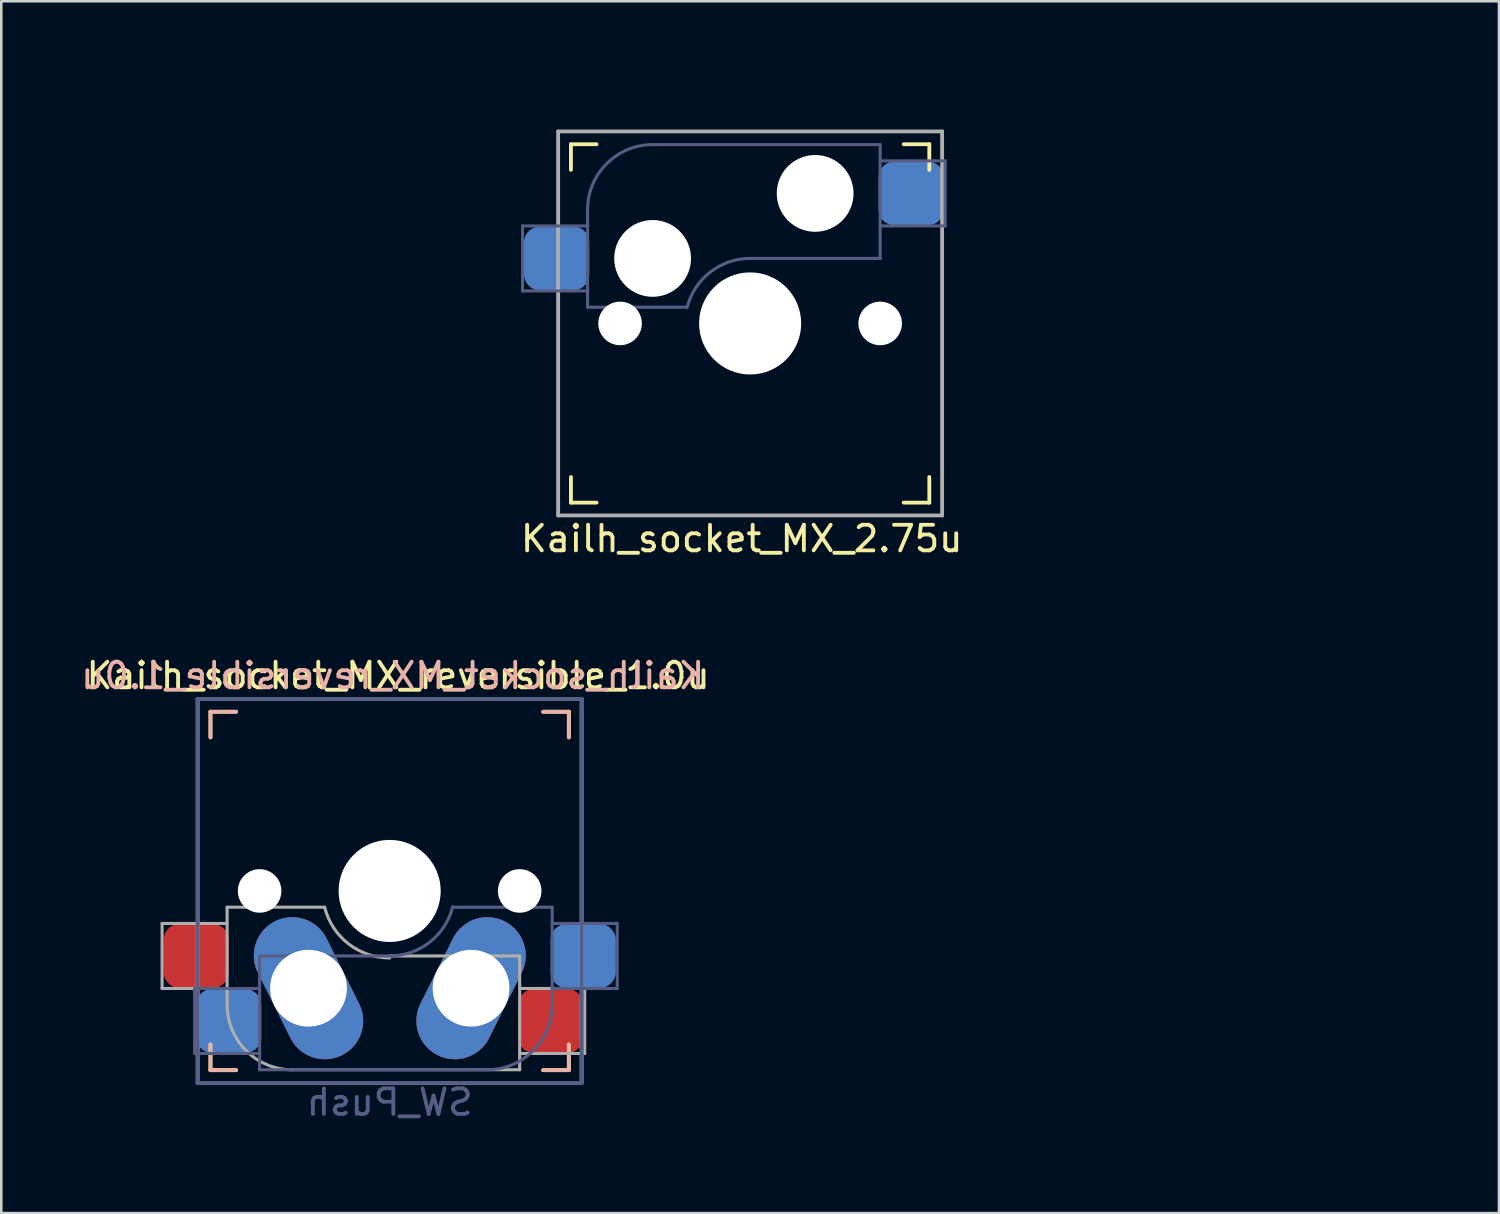
<source format=kicad_pcb>
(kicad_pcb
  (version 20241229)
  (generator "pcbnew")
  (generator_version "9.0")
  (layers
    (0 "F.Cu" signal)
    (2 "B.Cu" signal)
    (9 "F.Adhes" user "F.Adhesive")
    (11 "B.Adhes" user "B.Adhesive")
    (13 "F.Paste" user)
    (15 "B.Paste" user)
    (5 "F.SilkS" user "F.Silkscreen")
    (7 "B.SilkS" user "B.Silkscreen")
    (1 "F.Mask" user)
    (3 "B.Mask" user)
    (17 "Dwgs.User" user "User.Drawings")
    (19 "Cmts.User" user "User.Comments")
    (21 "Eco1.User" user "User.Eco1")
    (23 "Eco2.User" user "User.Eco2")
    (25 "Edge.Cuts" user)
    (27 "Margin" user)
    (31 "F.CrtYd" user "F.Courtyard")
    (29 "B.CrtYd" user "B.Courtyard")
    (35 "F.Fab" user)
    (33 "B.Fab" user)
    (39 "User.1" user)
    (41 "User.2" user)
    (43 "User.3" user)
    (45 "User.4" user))
  (footprint "Kailh_socket_MX_reversible_1.0u"
    (layer "F.Cu")
    (at 12.172 31.755)
    (property "Reference" "Kailh_socket_MX_reversible_1.0u" (at 0.33 -8.41 0) (layer "F.SilkS") (effects (font (size 1 1) (thickness 0.15))))
    (property "Value" "SW_Push" (at 0 8.255 0) (layer "F.Fab") (hide yes) (effects (font (size 1 1) (thickness 0.15))))
    (attr through_hole)
    (fp_line (start -7 -7) (end -6 -7) (stroke (width 0.15) (type solid)) (layer "F.SilkS"))
    (fp_line (start -7 -6) (end -7 -7) (stroke (width 0.15) (type solid)) (layer "F.SilkS"))
    (fp_line (start -7 7) (end -7 6) (stroke (width 0.15) (type solid)) (layer "F.SilkS"))
    (fp_line (start -6 7) (end -7 7) (stroke (width 0.15) (type solid)) (layer "F.SilkS"))
    (fp_line (start 6 -7) (end 7 -7) (stroke (width 0.15) (type solid)) (layer "F.SilkS"))
    (fp_line (start 7 -7) (end 7 -6) (stroke (width 0.15) (type solid)) (layer "F.SilkS"))
    (fp_line (start 7 6) (end 7 7) (stroke (width 0.15) (type solid)) (layer "F.SilkS"))
    (fp_line (start 7 7) (end 6 7) (stroke (width 0.15) (type solid)) (layer "F.SilkS"))
    (fp_line (start -7 -7) (end -6 -7) (stroke (width 0.15) (type solid)) (layer "B.SilkS"))
    (fp_line (start -7 -6) (end -7 -7) (stroke (width 0.15) (type solid)) (layer "B.SilkS"))
    (fp_line (start -7 7) (end -7 6) (stroke (width 0.15) (type solid)) (layer "B.SilkS"))
    (fp_line (start -6 7) (end -7 7) (stroke (width 0.15) (type solid)) (layer "B.SilkS"))
    (fp_line (start 6 -7) (end 7 -7) (stroke (width 0.15) (type solid)) (layer "B.SilkS"))
    (fp_line (start 7 -7) (end 7 -6) (stroke (width 0.15) (type solid)) (layer "B.SilkS"))
    (fp_line (start 7 6) (end 7 7) (stroke (width 0.15) (type solid)) (layer "B.SilkS"))
    (fp_line (start 7 7) (end 6 7) (stroke (width 0.15) (type solid)) (layer "B.SilkS"))
    (fp_line (start -7 -7) (end -7 7) (stroke (width 0.1) (type solid)) (layer "Eco1.User"))
    (fp_line (start -7 -7) (end 7 -7) (stroke (width 0.1) (type solid)) (layer "Eco1.User"))
    (fp_line (start -7 7) (end 7 7) (stroke (width 0.1) (type solid)) (layer "Eco1.User"))
    (fp_line (start 7 -7) (end 7 7) (stroke (width 0.1) (type solid)) (layer "Eco1.User"))
    (fp_line (start -9.525 -9.525) (end 9.525 -9.525) (stroke (width 0.12) (type solid)) (layer "Eco2.User"))
    (fp_line (start -9.525 9.525) (end -9.525 -9.525) (stroke (width 0.12) (type solid)) (layer "Eco2.User"))
    (fp_line (start -0.8 -5.85) (end 0.8 -5.85) (stroke (width 0.12) (type solid)) (layer "Eco2.User"))
    (fp_line (start -0.8 -4.25) (end -0.8 -5.85) (stroke (width 0.12) (type solid)) (layer "Eco2.User"))
    (fp_line (start 0.8 -5.85) (end 0.8 -4.25) (stroke (width 0.12) (type solid)) (layer "Eco2.User"))
    (fp_line (start 0.8 -4.25) (end -0.8 -4.25) (stroke (width 0.12) (type solid)) (layer "Eco2.User"))
    (fp_line (start 9.525 -9.525) (end 9.525 9.525) (stroke (width 0.12) (type solid)) (layer "Eco2.User"))
    (fp_line (start 9.525 9.525) (end -9.525 9.525) (stroke (width 0.12) (type solid)) (layer "Eco2.User"))
    (fp_line (start -7.62 3.81) (end -7.62 6.35) (stroke (width 0.12) (type solid)) (layer "B.Fab"))
    (fp_line (start -7.62 6.35) (end -5.08 6.35) (stroke (width 0.12) (type solid)) (layer "B.Fab"))
    (fp_line (start -7.5 -7.5) (end 7.5 -7.5) (stroke (width 0.15) (type solid)) (layer "B.Fab"))
    (fp_line (start -7.5 7.5) (end -7.5 -7.5) (stroke (width 0.15) (type solid)) (layer "B.Fab"))
    (fp_line (start -5.08 2.54) (end -5.08 6.985) (stroke (width 0.12) (type solid)) (layer "B.Fab"))
    (fp_line (start -5.08 3.81) (end -7.62 3.81) (stroke (width 0.12) (type solid)) (layer "B.Fab"))
    (fp_line (start -5.08 6.985) (end 3.81 6.985) (stroke (width 0.12) (type solid)) (layer "B.Fab"))
    (fp_line (start 0 2.54) (end -5.08 2.54) (stroke (width 0.12) (type solid)) (layer "B.Fab"))
    (fp_line (start 6.35 0.635) (end 2.54 0.635) (stroke (width 0.12) (type solid)) (layer "B.Fab"))
    (fp_line (start 6.35 3.81) (end 8.89 3.81) (stroke (width 0.12) (type solid)) (layer "B.Fab"))
    (fp_line (start 6.35 4.445) (end 6.35 0.635) (stroke (width 0.12) (type solid)) (layer "B.Fab"))
    (fp_line (start 7.5 -7.5) (end 7.5 7.5) (stroke (width 0.15) (type solid)) (layer "B.Fab"))
    (fp_line (start 7.5 7.5) (end -7.5 7.5) (stroke (width 0.15) (type solid)) (layer "B.Fab"))
    (fp_line (start 8.89 1.27) (end 6.35 1.27) (stroke (width 0.12) (type solid)) (layer "B.Fab"))
    (fp_line (start 8.89 3.81) (end 8.89 1.27) (stroke (width 0.12) (type solid)) (layer "B.Fab"))
    (fp_arc (start 2.464162 0.61604) (mid 1.563147 2.002042) (end 0 2.54) (stroke (width 0.12) (type solid)) (layer "B.Fab"))
    (fp_arc (start 6.35 4.445) (mid 5.606051 6.241051) (end 3.81 6.985) (stroke (width 0.12) (type solid)) (layer "B.Fab"))
    (fp_line (start -8.89 1.27) (end -8.89 3.81) (stroke (width 0.12) (type solid)) (layer "F.Fab"))
    (fp_line (start -8.89 3.81) (end -6.35 3.81) (stroke (width 0.12) (type solid)) (layer "F.Fab"))
    (fp_line (start -7.5 -7.5) (end 7.5 -7.5) (stroke (width 0.15) (type solid)) (layer "F.Fab"))
    (fp_line (start -7.5 7.5) (end -7.5 -7.5) (stroke (width 0.15) (type solid)) (layer "F.Fab"))
    (fp_line (start -6.35 0.635) (end -6.35 4.445) (stroke (width 0.12) (type solid)) (layer "F.Fab"))
    (fp_line (start -6.35 1.27) (end -8.89 1.27) (stroke (width 0.12) (type solid)) (layer "F.Fab"))
    (fp_line (start -3.81 6.985) (end 5.08 6.985) (stroke (width 0.12) (type solid)) (layer "F.Fab"))
    (fp_line (start -2.54 0.635) (end -6.35 0.635) (stroke (width 0.12) (type solid)) (layer "F.Fab"))
    (fp_line (start 5.08 2.54) (end 0 2.54) (stroke (width 0.12) (type solid)) (layer "F.Fab"))
    (fp_line (start 5.08 6.35) (end 7.62 6.35) (stroke (width 0.12) (type solid)) (layer "F.Fab"))
    (fp_line (start 5.08 6.985) (end 5.08 2.54) (stroke (width 0.12) (type solid)) (layer "F.Fab"))
    (fp_line (start 7.5 -7.5) (end 7.5 7.5) (stroke (width 0.15) (type solid)) (layer "F.Fab"))
    (fp_line (start 7.5 7.5) (end -7.5 7.5) (stroke (width 0.15) (type solid)) (layer "F.Fab"))
    (fp_line (start 7.62 3.81) (end 5.08 3.81) (stroke (width 0.12) (type solid)) (layer "F.Fab"))
    (fp_line (start 7.62 6.35) (end 7.62 3.81) (stroke (width 0.12) (type solid)) (layer "F.Fab"))
    (fp_arc (start -3.81 6.985) (mid -5.606051 6.241051) (end -6.35 4.445) (stroke (width 0.12) (type solid)) (layer "F.Fab"))
    (fp_arc (start -0.000001 2.618171) (mid -1.611255 2.063656) (end -2.539999 0.634999) (stroke (width 0.12) (type solid)) (layer "F.Fab"))
    (fp_text user "${REFERENCE}" (at 0.12 -8.41 180) (layer "B.SilkS") (effects (font (size 1 1) (thickness 0.15)) (justify mirror)))
    (fp_text user "${VALUE}" (at 0 8.255 0) (layer "B.Fab") (effects (font (size 1 1) (thickness 0.15)) (justify mirror)))
    (pad "" np_thru_hole circle (at -5.08 0) (size 1.702 1.702) (drill 1.702) (layers "*.Cu" "*.Mask"))
    (pad "" np_thru_hole oval (at -3.17 3.8 26.5) (size 3 5.85) (drill oval 3) (layers "*.Cu" "*.Mask"))
    (pad "" np_thru_hole circle (at 0 0) (size 3.988 3.988) (drill 3.988) (layers "*.Cu" "*.Mask"))
    (pad "" np_thru_hole oval (at 3.18 3.8 333.5) (size 3 5.85) (drill oval 3) (layers "*.Cu" "*.Mask"))
    (pad "" np_thru_hole circle (at 5.08 0) (size 1.702 1.702) (drill 1.702) (layers "*.Cu" "*.Mask"))
    (pad "1" smd roundrect (at -6.29 5.08) (size 2.55 2.5) (layers "B.Cu" "B.Mask" "B.Paste") (roundrect_rratio 0.25))
    (pad "1" smd roundrect (at 6.29 5.08) (size 2.55 2.5) (layers "F.Cu" "F.Mask" "F.Paste") (roundrect_rratio 0.25))
    (pad "2" smd roundrect (at -7.56 2.54) (size 2.55 2.5) (layers "F.Cu" "F.Mask" "F.Paste") (roundrect_rratio 0.25))
    (pad "2" smd roundrect (at 7.56 2.54) (size 2.55 2.5) (layers "B.Cu" "B.Mask" "B.Paste") (roundrect_rratio 0.25)))
  (footprint "Kailh_socket_MX_2.75u"
    (layer "F.Cu")
    (at 26.254 9.585)
    (property "Reference" "Kailh_socket_MX_2.75u" (at -0.33 8.41 180) (layer "F.SilkS") (effects (font (size 1 1) (thickness 0.15))))
    (attr through_hole)
    (fp_line (start -7 -7) (end -6 -7) (stroke (width 0.15) (type solid)) (layer "F.SilkS"))
    (fp_line (start -7 -6) (end -7 -7) (stroke (width 0.15) (type solid)) (layer "F.SilkS"))
    (fp_line (start -7 7) (end -7 6) (stroke (width 0.15) (type solid)) (layer "F.SilkS"))
    (fp_line (start -6 7) (end -7 7) (stroke (width 0.15) (type solid)) (layer "F.SilkS"))
    (fp_line (start 6 -7) (end 7 -7) (stroke (width 0.15) (type solid)) (layer "F.SilkS"))
    (fp_line (start 7 -7) (end 7 -6) (stroke (width 0.15) (type solid)) (layer "F.SilkS"))
    (fp_line (start 7 6) (end 7 7) (stroke (width 0.15) (type solid)) (layer "F.SilkS"))
    (fp_line (start 7 7) (end 6 7) (stroke (width 0.15) (type solid)) (layer "F.SilkS"))
    (fp_line (start -16.1 -0.458) (end -15.275 -0.458) (stroke (width 0.1) (type solid)) (layer "Eco1.User"))
    (fp_line (start -16.1 2.3) (end -16.1 -0.458) (stroke (width 0.1) (type solid)) (layer "Eco1.User"))
    (fp_line (start -15.275 -6.77) (end -13.55 -6.77) (stroke (width 0.1) (type solid)) (layer "Eco1.User"))
    (fp_line (start -15.275 -0.458) (end -15.275 -6.77) (stroke (width 0.1) (type solid)) (layer "Eco1.User"))
    (fp_line (start -15.275 2.3) (end -16.1 2.3) (stroke (width 0.1) (type solid)) (layer "Eco1.User"))
    (fp_line (start -15.275 5.53) (end -15.275 2.3) (stroke (width 0.1) (type solid)) (layer "Eco1.User"))
    (fp_line (start -13.55 -7.97) (end -13.55 -6.77) (stroke (width 0.1) (type solid)) (layer "Eco1.User"))
    (fp_line (start -10.25 -7.97) (end -13.55 -7.97) (stroke (width 0.1) (type solid)) (layer "Eco1.User"))
    (fp_line (start -10.25 -7.97) (end -10.25 -6.77) (stroke (width 0.1) (type solid)) (layer "Eco1.User"))
    (fp_line (start -10.25 -6.77) (end -8.525 -6.77) (stroke (width 0.1) (type solid)) (layer "Eco1.User"))
    (fp_line (start -8.525 -6.77) (end -8.525 -2.3) (stroke (width 0.1) (type solid)) (layer "Eco1.User"))
    (fp_line (start -8.525 2.3) (end -8.525 5.53) (stroke (width 0.1) (type solid)) (layer "Eco1.User"))
    (fp_line (start -8.525 5.53) (end -15.275 5.53) (stroke (width 0.1) (type solid)) (layer "Eco1.User"))
    (fp_line (start -7 -7) (end 7 -7) (stroke (width 0.1) (type solid)) (layer "Eco1.User"))
    (fp_line (start -7 -2.3) (end -8.525 -2.3) (stroke (width 0.1) (type solid)) (layer "Eco1.User"))
    (fp_line (start -7 -2.3) (end -7 -7) (stroke (width 0.1) (type solid)) (layer "Eco1.User"))
    (fp_line (start -7 2.3) (end -8.525 2.3) (stroke (width 0.1) (type solid)) (layer "Eco1.User"))
    (fp_line (start -7 2.3) (end -7 7) (stroke (width 0.1) (type solid)) (layer "Eco1.User"))
    (fp_line (start -7 7) (end 7 7) (stroke (width 0.1) (type solid)) (layer "Eco1.User"))
    (fp_line (start 7 -7) (end 7 -2.3) (stroke (width 0.1) (type solid)) (layer "Eco1.User"))
    (fp_line (start 7 -2.3) (end 8.525 -2.3) (stroke (width 0.1) (type solid)) (layer "Eco1.User"))
    (fp_line (start 7 2.3) (end 7 7) (stroke (width 0.1) (type solid)) (layer "Eco1.User"))
    (fp_line (start 7 2.3) (end 8.525 2.3) (stroke (width 0.1) (type solid)) (layer "Eco1.User"))
    (fp_line (start 8.525 -6.77) (end 8.525 -2.3) (stroke (width 0.1) (type solid)) (layer "Eco1.User"))
    (fp_line (start 8.525 2.3) (end 8.525 5.53) (stroke (width 0.1) (type solid)) (layer "Eco1.User"))
    (fp_line (start 8.525 5.53) (end 15.275 5.53) (stroke (width 0.1) (type solid)) (layer "Eco1.User"))
    (fp_line (start 10.25 -7.97) (end 10.25 -6.77) (stroke (width 0.1) (type solid)) (layer "Eco1.User"))
    (fp_line (start 10.25 -7.97) (end 13.55 -7.97) (stroke (width 0.1) (type solid)) (layer "Eco1.User"))
    (fp_line (start 10.25 -6.77) (end 8.525 -6.77) (stroke (width 0.1) (type solid)) (layer "Eco1.User"))
    (fp_line (start 13.55 -7.97) (end 13.55 -6.77) (stroke (width 0.1) (type solid)) (layer "Eco1.User"))
    (fp_line (start 15.275 -6.77) (end 13.55 -6.77) (stroke (width 0.1) (type solid)) (layer "Eco1.User"))
    (fp_line (start 15.275 -0.458) (end 15.275 -6.77) (stroke (width 0.1) (type solid)) (layer "Eco1.User"))
    (fp_line (start 15.275 2.3) (end 16.1 2.3) (stroke (width 0.1) (type solid)) (layer "Eco1.User"))
    (fp_line (start 15.275 5.53) (end 15.275 2.3) (stroke (width 0.1) (type solid)) (layer "Eco1.User"))
    (fp_line (start 16.1 -0.458) (end 15.275 -0.458) (stroke (width 0.1) (type solid)) (layer "Eco1.User"))
    (fp_line (start 16.1 2.3) (end 16.1 -0.458) (stroke (width 0.1) (type solid)) (layer "Eco1.User"))
    (fp_line (start -26.194 -9.525) (end 26.194 -9.525) (stroke (width 0.12) (type solid)) (layer "Eco2.User"))
    (fp_line (start -26.194 9.525) (end -26.194 -9.525) (stroke (width 0.12) (type solid)) (layer "Eco2.User"))
    (fp_line (start -0.8 4.25) (end 0.8 4.25) (stroke (width 0.12) (type solid)) (layer "Eco2.User"))
    (fp_line (start -0.8 5.85) (end -0.8 4.25) (stroke (width 0.12) (type solid)) (layer "Eco2.User"))
    (fp_line (start 0.8 4.25) (end 0.8 5.85) (stroke (width 0.12) (type solid)) (layer "Eco2.User"))
    (fp_line (start 0.8 5.85) (end -0.8 5.85) (stroke (width 0.12) (type solid)) (layer "Eco2.User"))
    (fp_line (start 26.194 -9.525) (end 26.194 9.525) (stroke (width 0.12) (type solid)) (layer "Eco2.User"))
    (fp_line (start 26.194 9.525) (end -26.194 9.525) (stroke (width 0.12) (type solid)) (layer "Eco2.User"))
    (fp_line (start -8.89 -3.81) (end -8.89 -1.27) (stroke (width 0.12) (type solid)) (layer "B.Fab"))
    (fp_line (start -8.89 -1.27) (end -6.35 -1.27) (stroke (width 0.12) (type solid)) (layer "B.Fab"))
    (fp_line (start -6.35 -4.445) (end -6.35 -0.635) (stroke (width 0.12) (type solid)) (layer "B.Fab"))
    (fp_line (start -6.35 -3.81) (end -8.89 -3.81) (stroke (width 0.12) (type solid)) (layer "B.Fab"))
    (fp_line (start -6.35 -0.635) (end -2.54 -0.635) (stroke (width 0.12) (type solid)) (layer "B.Fab"))
    (fp_line (start 0 -2.54) (end 5.08 -2.54) (stroke (width 0.12) (type solid)) (layer "B.Fab"))
    (fp_line (start 5.08 -6.985) (end -3.81 -6.985) (stroke (width 0.12) (type solid)) (layer "B.Fab"))
    (fp_line (start 5.08 -3.81) (end 7.62 -3.81) (stroke (width 0.12) (type solid)) (layer "B.Fab"))
    (fp_line (start 5.08 -2.54) (end 5.08 -6.985) (stroke (width 0.12) (type solid)) (layer "B.Fab"))
    (fp_line (start 7.62 -6.35) (end 5.08 -6.35) (stroke (width 0.12) (type solid)) (layer "B.Fab"))
    (fp_line (start 7.62 -3.81) (end 7.62 -6.35) (stroke (width 0.12) (type solid)) (layer "B.Fab"))
    (fp_arc (start -6.35 -4.445) (mid -5.606051 -6.241051) (end -3.81 -6.985) (stroke (width 0.12) (type solid)) (layer "B.Fab"))
    (fp_arc (start -2.464162 -0.61604) (mid -1.563147 -2.002042) (end 0 -2.54) (stroke (width 0.12) (type solid)) (layer "B.Fab"))
    (fp_line (start -7.5 -7.5) (end 7.5 -7.5) (stroke (width 0.15) (type solid)) (layer "F.Fab"))
    (fp_line (start -7.5 7.5) (end -7.5 -7.5) (stroke (width 0.15) (type solid)) (layer "F.Fab"))
    (fp_line (start 7.5 -7.5) (end 7.5 7.5) (stroke (width 0.15) (type solid)) (layer "F.Fab"))
    (fp_line (start 7.5 7.5) (end -7.5 7.5) (stroke (width 0.15) (type solid)) (layer "F.Fab"))
    (pad "" np_thru_hole circle (at -5.08 0 180) (size 1.702 1.702) (drill 1.702) (layers "*.Cu" "*.Mask"))
    (pad "" np_thru_hole circle (at -3.81 -2.54 153.5) (size 3 3) (drill 3) (layers "*.Cu" "*.Mask"))
    (pad "" np_thru_hole circle (at 0 0 180) (size 3.988 3.988) (drill 3.988) (layers "*.Cu" "*.Mask"))
    (pad "" np_thru_hole circle (at 2.54 -5.08 206.5) (size 3 3) (drill 3) (layers "*.Cu" "*.Mask"))
    (pad "" np_thru_hole circle (at 5.08 0 180) (size 1.702 1.702) (drill 1.702) (layers "*.Cu" "*.Mask"))
    (pad "1" smd roundrect (at 6.29 -5.08 180) (size 2.55 2.5) (layers "B.Cu" "B.Mask" "B.Paste") (roundrect_rratio 0.25))
    (pad "2" smd roundrect (at -7.56 -2.54 180) (size 2.55 2.5) (layers "B.Cu" "B.Mask" "B.Paste") (roundrect_rratio 0.25)))
  (gr_rect
    (start -3 -3)
    (end 55.508 44.34)
    (stroke (width 0.1) (type default))
    (fill no)
    (layer "Edge.Cuts")))
</source>
